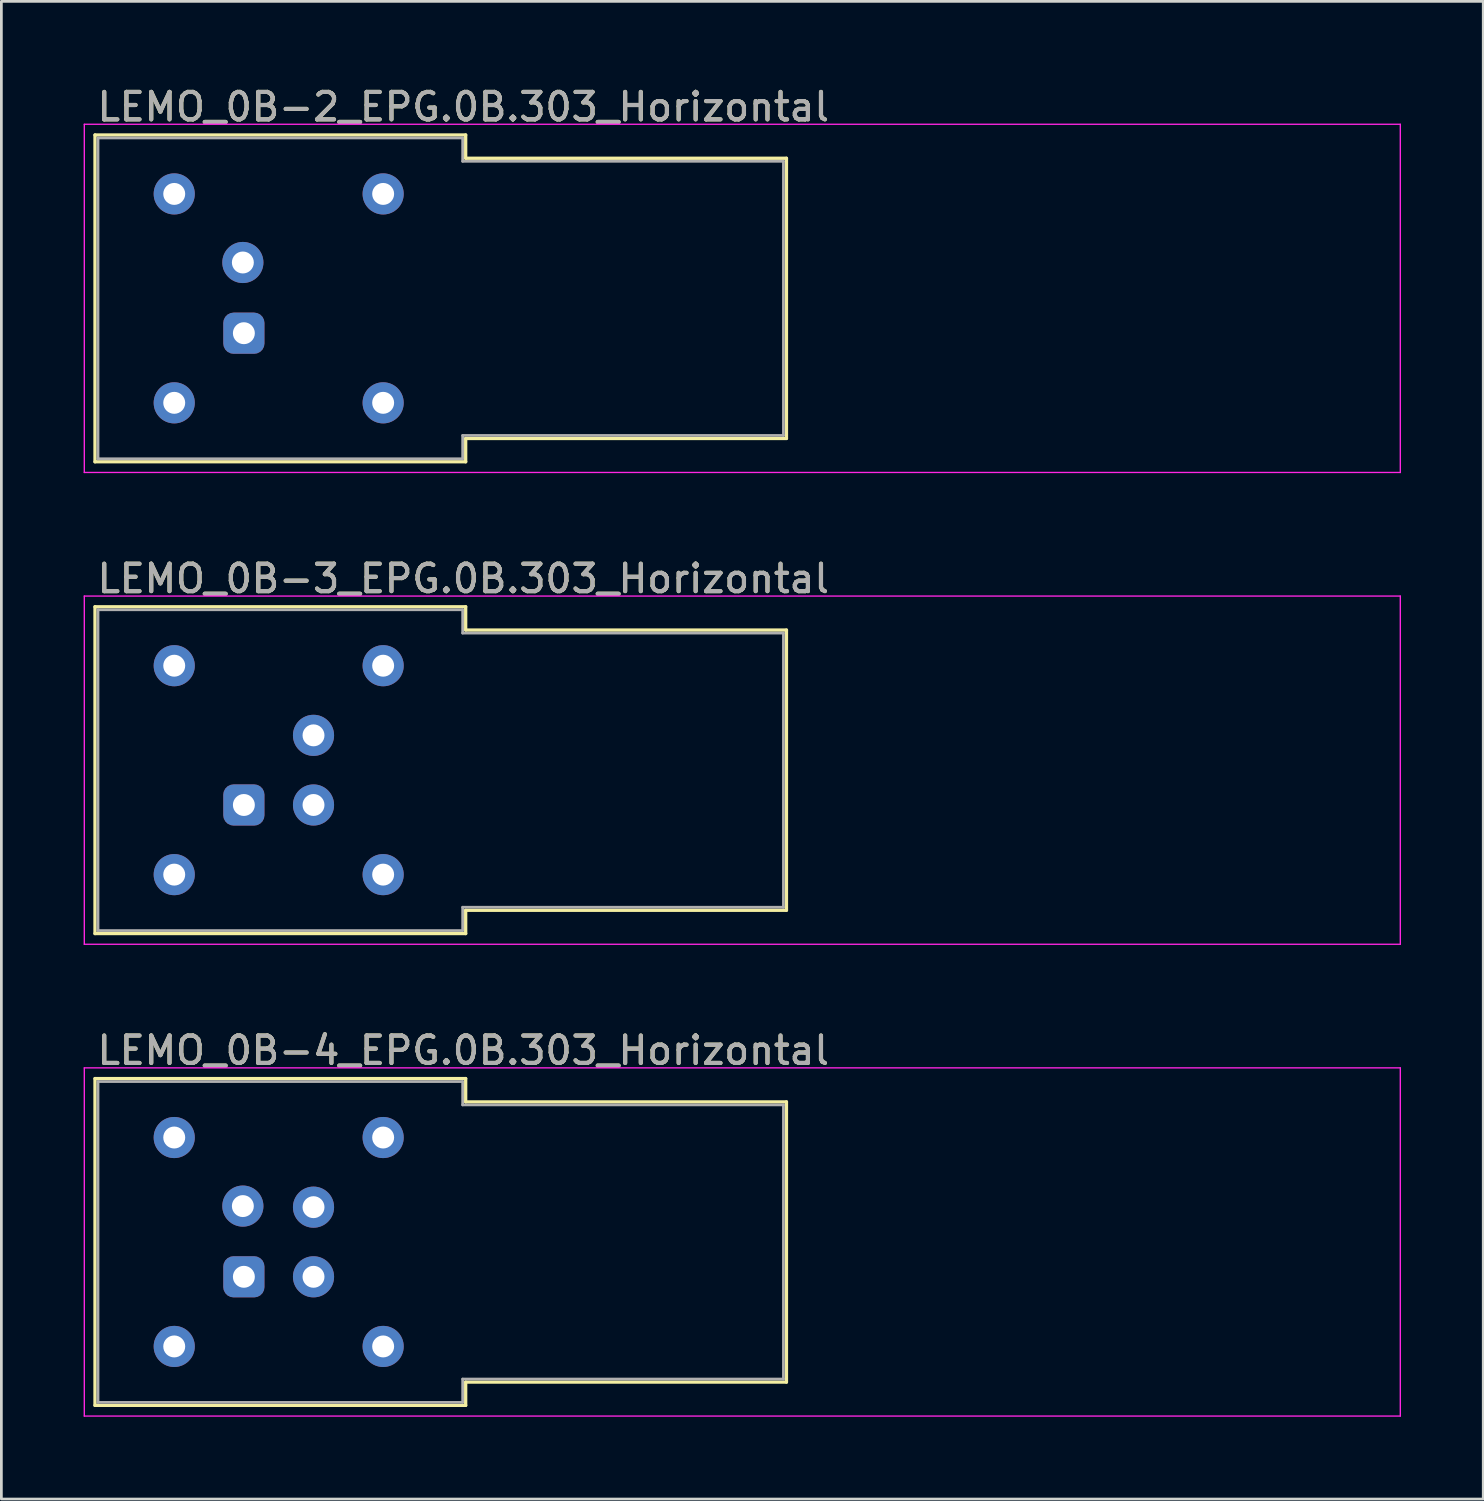
<source format=kicad_pcb>
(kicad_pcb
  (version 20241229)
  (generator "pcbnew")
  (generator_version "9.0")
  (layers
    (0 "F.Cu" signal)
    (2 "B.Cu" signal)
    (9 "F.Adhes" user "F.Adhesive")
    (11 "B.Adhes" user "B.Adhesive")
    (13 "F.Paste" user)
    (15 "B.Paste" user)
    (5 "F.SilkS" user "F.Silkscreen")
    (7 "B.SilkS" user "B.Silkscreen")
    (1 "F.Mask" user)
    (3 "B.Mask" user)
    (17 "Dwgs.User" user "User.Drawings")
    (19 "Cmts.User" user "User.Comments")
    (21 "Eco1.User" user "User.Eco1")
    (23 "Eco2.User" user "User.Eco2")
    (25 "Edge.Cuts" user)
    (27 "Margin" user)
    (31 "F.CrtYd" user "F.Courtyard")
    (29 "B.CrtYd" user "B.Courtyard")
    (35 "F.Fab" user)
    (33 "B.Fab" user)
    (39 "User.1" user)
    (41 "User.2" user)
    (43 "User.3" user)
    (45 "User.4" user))
  (footprint "LEMO_0B-4_EPG.0B.303_Horizontal"
    (layer "F.Cu")
    (at 5.845 43.52)
    (property "Reference" "LEMO_0B-4_EPG.0B.303_Horizontal" (at -5.43 -8.255 0) (layer "F.SilkS") (effects (font (size 1 1) (thickness 0.15)) (justify left)))
    (attr through_hole)
    (fp_line (start -5.43 -7.23) (end 8.09 -7.23) (stroke (width 0.12) (type solid)) (layer "F.SilkS"))
    (fp_line (start -5.43 4.69) (end -5.43 -7.23) (stroke (width 0.12) (type solid)) (layer "F.SilkS"))
    (fp_line (start -5.43 4.69) (end 8.09 4.69) (stroke (width 0.12) (type solid)) (layer "F.SilkS"))
    (fp_line (start 8.09 -6.38) (end 8.09 -7.23) (stroke (width 0.12) (type solid)) (layer "F.SilkS"))
    (fp_line (start 8.09 -6.38) (end 19.79 -6.38) (stroke (width 0.12) (type solid)) (layer "F.SilkS"))
    (fp_line (start 8.09 3.84) (end 19.79 3.84) (stroke (width 0.12) (type solid)) (layer "F.SilkS"))
    (fp_line (start 8.09 4.69) (end 8.09 3.84) (stroke (width 0.12) (type solid)) (layer "F.SilkS"))
    (fp_line (start 19.79 3.84) (end 19.79 -6.38) (stroke (width 0.12) (type solid)) (layer "F.SilkS"))
    (fp_line (start -5.82 -7.62) (end -5.82 5.08) (stroke (width 0.05) (type solid)) (layer "F.CrtYd"))
    (fp_line (start -5.82 -7.62) (end 42.18 -7.62) (stroke (width 0.05) (type solid)) (layer "F.CrtYd"))
    (fp_line (start -5.82 5.08) (end 42.18 5.08) (stroke (width 0.05) (type solid)) (layer "F.CrtYd"))
    (fp_line (start 42.18 -7.62) (end 42.18 5.08) (stroke (width 0.05) (type solid)) (layer "F.CrtYd"))
    (fp_line (start -5.32 -7.12) (end 7.98 -7.12) (stroke (width 0.1) (type solid)) (layer "F.Fab"))
    (fp_line (start -5.32 4.58) (end -5.32 -7.12) (stroke (width 0.1) (type solid)) (layer "F.Fab"))
    (fp_line (start -5.32 4.58) (end 7.98 4.58) (stroke (width 0.1) (type solid)) (layer "F.Fab"))
    (fp_line (start 7.98 -6.27) (end 7.98 -7.12) (stroke (width 0.1) (type solid)) (layer "F.Fab"))
    (fp_line (start 7.98 -6.27) (end 19.68 -6.27) (stroke (width 0.1) (type solid)) (layer "F.Fab"))
    (fp_line (start 7.98 3.73) (end 19.68 3.73) (stroke (width 0.1) (type solid)) (layer "F.Fab"))
    (fp_line (start 7.98 4.58) (end 7.98 3.73) (stroke (width 0.1) (type solid)) (layer "F.Fab"))
    (fp_line (start 19.68 3.73) (end 19.68 -6.27) (stroke (width 0.1) (type solid)) (layer "F.Fab"))
    (fp_text user "${REFERENCE}" (at -5.43 -8.255 0) (layer "F.Fab") (effects (font (size 1 1) (thickness 0.15)) (justify left)))
    (pad "1" thru_hole roundrect (at 0 0) (size 1.5 1.5) (drill 0.8) (layers "*.Cu" "*.Mask") (roundrect_rratio 0.25))
    (pad "2" thru_hole circle (at 2.54 0) (size 1.5 1.5) (drill 0.8) (layers "*.Cu" "*.Mask"))
    (pad "3" thru_hole circle (at 2.54 -2.54) (size 1.5 1.5) (drill 0.8) (layers "*.Cu" "*.Mask"))
    (pad "4" thru_hole circle (at -0.037 -2.579) (size 1.5 1.5) (drill 0.8) (layers "*.Cu" "*.Mask"))
    (pad "SH" thru_hole circle (at -2.54 -5.08) (size 1.5 1.5) (drill 0.8) (layers "*.Cu" "*.Mask"))
    (pad "SH" thru_hole circle (at -2.54 2.54) (size 1.5 1.5) (drill 0.8) (layers "*.Cu" "*.Mask"))
    (pad "SH" thru_hole circle (at 5.08 -5.08) (size 1.5 1.5) (drill 0.8) (layers "*.Cu" "*.Mask"))
    (pad "SH" thru_hole circle (at 5.08 2.54) (size 1.5 1.5) (drill 0.8) (layers "*.Cu" "*.Mask")))
  (footprint "LEMO_0B-3_EPG.0B.303_Horizontal"
    (layer "F.Cu")
    (at 5.845 26.311)
    (property "Reference" "LEMO_0B-3_EPG.0B.303_Horizontal" (at -5.43 -8.255 0) (layer "F.SilkS") (effects (font (size 1 1) (thickness 0.15)) (justify left)))
    (attr through_hole)
    (fp_line (start -5.43 -7.23) (end 8.09 -7.23) (stroke (width 0.12) (type solid)) (layer "F.SilkS"))
    (fp_line (start -5.43 4.69) (end -5.43 -7.23) (stroke (width 0.12) (type solid)) (layer "F.SilkS"))
    (fp_line (start -5.43 4.69) (end 8.09 4.69) (stroke (width 0.12) (type solid)) (layer "F.SilkS"))
    (fp_line (start 8.09 -6.38) (end 8.09 -7.23) (stroke (width 0.12) (type solid)) (layer "F.SilkS"))
    (fp_line (start 8.09 -6.38) (end 19.79 -6.38) (stroke (width 0.12) (type solid)) (layer "F.SilkS"))
    (fp_line (start 8.09 3.84) (end 19.79 3.84) (stroke (width 0.12) (type solid)) (layer "F.SilkS"))
    (fp_line (start 8.09 4.69) (end 8.09 3.84) (stroke (width 0.12) (type solid)) (layer "F.SilkS"))
    (fp_line (start 19.79 3.84) (end 19.79 -6.38) (stroke (width 0.12) (type solid)) (layer "F.SilkS"))
    (fp_line (start -5.82 -7.62) (end -5.82 5.08) (stroke (width 0.05) (type solid)) (layer "F.CrtYd"))
    (fp_line (start -5.82 -7.62) (end 42.18 -7.62) (stroke (width 0.05) (type solid)) (layer "F.CrtYd"))
    (fp_line (start -5.82 5.08) (end 42.18 5.08) (stroke (width 0.05) (type solid)) (layer "F.CrtYd"))
    (fp_line (start 42.18 -7.62) (end 42.18 5.08) (stroke (width 0.05) (type solid)) (layer "F.CrtYd"))
    (fp_line (start -5.32 -7.12) (end 7.98 -7.12) (stroke (width 0.1) (type solid)) (layer "F.Fab"))
    (fp_line (start -5.32 4.58) (end -5.32 -7.12) (stroke (width 0.1) (type solid)) (layer "F.Fab"))
    (fp_line (start -5.32 4.58) (end 7.98 4.58) (stroke (width 0.1) (type solid)) (layer "F.Fab"))
    (fp_line (start 7.98 -6.27) (end 7.98 -7.12) (stroke (width 0.1) (type solid)) (layer "F.Fab"))
    (fp_line (start 7.98 -6.27) (end 19.68 -6.27) (stroke (width 0.1) (type solid)) (layer "F.Fab"))
    (fp_line (start 7.98 3.73) (end 19.68 3.73) (stroke (width 0.1) (type solid)) (layer "F.Fab"))
    (fp_line (start 7.98 4.58) (end 7.98 3.73) (stroke (width 0.1) (type solid)) (layer "F.Fab"))
    (fp_line (start 19.68 3.73) (end 19.68 -6.27) (stroke (width 0.1) (type solid)) (layer "F.Fab"))
    (fp_text user "${REFERENCE}" (at -5.43 -8.255 0) (layer "F.Fab") (effects (font (size 1 1) (thickness 0.15)) (justify left)))
    (pad "1" thru_hole roundrect (at 0 0) (size 1.5 1.5) (drill 0.8) (layers "*.Cu" "*.Mask") (roundrect_rratio 0.25))
    (pad "2" thru_hole circle (at 2.54 0) (size 1.5 1.5) (drill 0.8) (layers "*.Cu" "*.Mask"))
    (pad "3" thru_hole circle (at 2.54 -2.54) (size 1.5 1.5) (drill 0.8) (layers "*.Cu" "*.Mask"))
    (pad "4" thru_hole circle (at -2.54 -5.08) (size 1.5 1.5) (drill 0.8) (layers "*.Cu" "*.Mask"))
    (pad "4" thru_hole circle (at -2.54 2.54) (size 1.5 1.5) (drill 0.8) (layers "*.Cu" "*.Mask"))
    (pad "4" thru_hole circle (at 5.08 -5.08) (size 1.5 1.5) (drill 0.8) (layers "*.Cu" "*.Mask"))
    (pad "4" thru_hole circle (at 5.08 2.54) (size 1.5 1.5) (drill 0.8) (layers "*.Cu" "*.Mask")))
  (footprint "LEMO_0B-2_EPG.0B.303_Horizontal"
    (layer "F.Cu")
    (at 5.845 9.103)
    (property "Reference" "LEMO_0B-2_EPG.0B.303_Horizontal" (at -5.43 -8.255 0) (layer "F.SilkS") (effects (font (size 1 1) (thickness 0.15)) (justify left)))
    (attr through_hole)
    (fp_line (start -5.43 -7.23) (end 8.09 -7.23) (stroke (width 0.12) (type solid)) (layer "F.SilkS"))
    (fp_line (start -5.43 4.69) (end -5.43 -7.23) (stroke (width 0.12) (type solid)) (layer "F.SilkS"))
    (fp_line (start -5.43 4.69) (end 8.09 4.69) (stroke (width 0.12) (type solid)) (layer "F.SilkS"))
    (fp_line (start 8.09 -6.38) (end 8.09 -7.23) (stroke (width 0.12) (type solid)) (layer "F.SilkS"))
    (fp_line (start 8.09 -6.38) (end 19.79 -6.38) (stroke (width 0.12) (type solid)) (layer "F.SilkS"))
    (fp_line (start 8.09 3.84) (end 19.79 3.84) (stroke (width 0.12) (type solid)) (layer "F.SilkS"))
    (fp_line (start 8.09 4.69) (end 8.09 3.84) (stroke (width 0.12) (type solid)) (layer "F.SilkS"))
    (fp_line (start 19.79 3.84) (end 19.79 -6.38) (stroke (width 0.12) (type solid)) (layer "F.SilkS"))
    (fp_line (start -5.82 -7.62) (end -5.82 5.08) (stroke (width 0.05) (type solid)) (layer "F.CrtYd"))
    (fp_line (start -5.82 -7.62) (end 42.18 -7.62) (stroke (width 0.05) (type solid)) (layer "F.CrtYd"))
    (fp_line (start -5.82 5.08) (end 42.18 5.08) (stroke (width 0.05) (type solid)) (layer "F.CrtYd"))
    (fp_line (start 42.18 -7.62) (end 42.18 5.08) (stroke (width 0.05) (type solid)) (layer "F.CrtYd"))
    (fp_line (start -5.32 -7.12) (end 7.98 -7.12) (stroke (width 0.1) (type solid)) (layer "F.Fab"))
    (fp_line (start -5.32 4.58) (end -5.32 -7.12) (stroke (width 0.1) (type solid)) (layer "F.Fab"))
    (fp_line (start -5.32 4.58) (end 7.98 4.58) (stroke (width 0.1) (type solid)) (layer "F.Fab"))
    (fp_line (start 7.98 -6.27) (end 7.98 -7.12) (stroke (width 0.1) (type solid)) (layer "F.Fab"))
    (fp_line (start 7.98 -6.27) (end 19.68 -6.27) (stroke (width 0.1) (type solid)) (layer "F.Fab"))
    (fp_line (start 7.98 3.73) (end 19.68 3.73) (stroke (width 0.1) (type solid)) (layer "F.Fab"))
    (fp_line (start 7.98 4.58) (end 7.98 3.73) (stroke (width 0.1) (type solid)) (layer "F.Fab"))
    (fp_line (start 19.68 3.73) (end 19.68 -6.27) (stroke (width 0.1) (type solid)) (layer "F.Fab"))
    (fp_text user "${REFERENCE}" (at -5.43 -8.255 0) (layer "F.Fab") (effects (font (size 1 1) (thickness 0.15)) (justify left)))
    (pad "1" thru_hole roundrect (at 0 0) (size 1.5 1.5) (drill 0.8) (layers "*.Cu" "*.Mask") (roundrect_rratio 0.25))
    (pad "2" thru_hole circle (at -0.037 -2.579) (size 1.5 1.5) (drill 0.8) (layers "*.Cu" "*.Mask"))
    (pad "SH" thru_hole circle (at -2.54 -5.08) (size 1.5 1.5) (drill 0.8) (layers "*.Cu" "*.Mask"))
    (pad "SH" thru_hole circle (at -2.54 2.54) (size 1.5 1.5) (drill 0.8) (layers "*.Cu" "*.Mask"))
    (pad "SH" thru_hole circle (at 5.08 -5.08) (size 1.5 1.5) (drill 0.8) (layers "*.Cu" "*.Mask"))
    (pad "SH" thru_hole circle (at 5.08 2.54) (size 1.5 1.5) (drill 0.8) (layers "*.Cu" "*.Mask")))
  (gr_rect
    (start -3 -3)
    (end 51.05 51.625)
    (stroke (width 0.1) (type default))
    (fill no)
    (layer "Edge.Cuts")))
</source>
